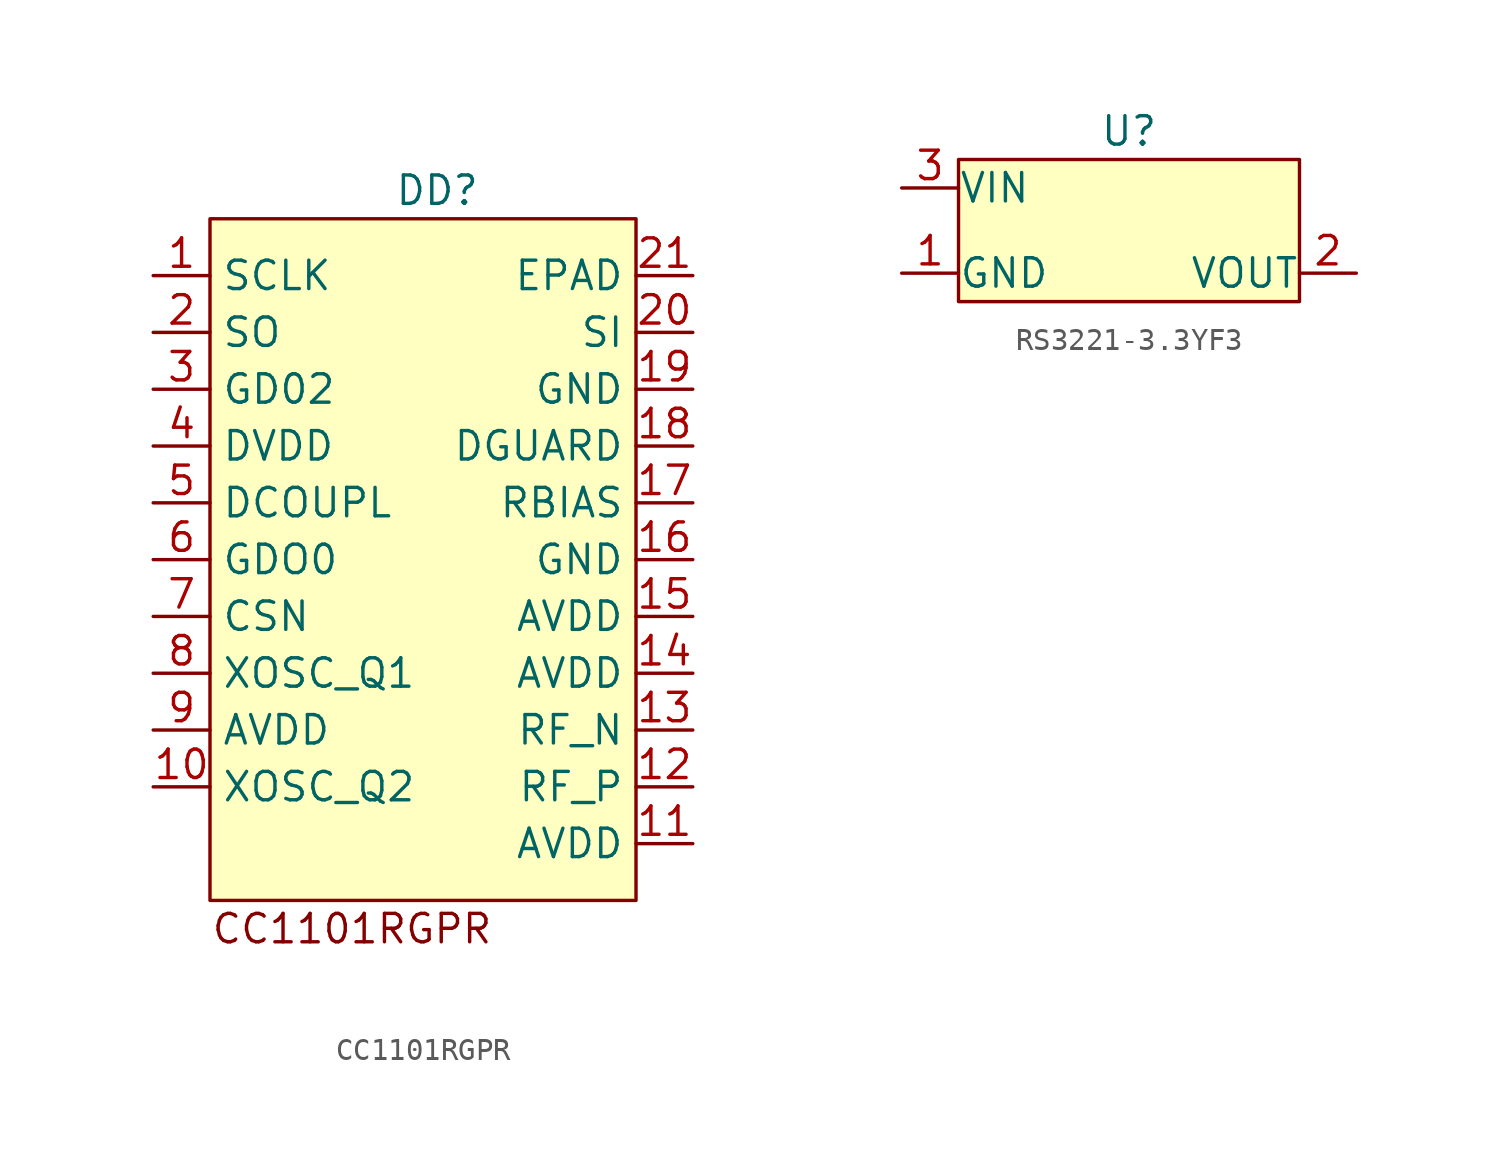
<source format=kicad_sym>
(kicad_symbol_lib
  (version 20220914)
  (generator kicad_symbol_editor)
  (symbol "CC1101RGPR"
    (property "Reference" "DD"
      (at 0 12.7 0)
      (effects (font (size 1.27 1.27))))
    (property "Value" ""
      (at -1.27 0 0)
      (effects (font (size 1.27 1.27))))
    (symbol "CC1101RGPR_1_1"
      (rectangle (start -10.16 11.43) (end 8.89 -19.05) (stroke (width 0) (type default)) (fill (type background)))
      (text "CC1101RGPR" (at -3.81 -20.32 0) (effects (font (size 1.27 1.27))))
      (pin input line (at -12.7 8.89 0) (length 2.54) (name "SCLK" (effects (font (size 1.27 1.27)))) (number "1" (effects (font (size 1.27 1.27)))))
      (pin bidirectional line (at -12.7 -13.97 0) (length 2.54) (name "XOSC_Q2" (effects (font (size 1.27 1.27)))) (number "10" (effects (font (size 1.27 1.27)))))
      (pin bidirectional line (at 11.43 -16.51 180) (length 2.54) (name "AVDD" (effects (font (size 1.27 1.27)))) (number "11" (effects (font (size 1.27 1.27)))))
      (pin bidirectional line (at 11.43 -13.97 180) (length 2.54) (name "RF_P" (effects (font (size 1.27 1.27)))) (number "12" (effects (font (size 1.27 1.27)))))
      (pin bidirectional line (at 11.43 -11.43 180) (length 2.54) (name "RF_N" (effects (font (size 1.27 1.27)))) (number "13" (effects (font (size 1.27 1.27)))))
      (pin bidirectional line (at 11.43 -8.89 180) (length 2.54) (name "AVDD" (effects (font (size 1.27 1.27)))) (number "14" (effects (font (size 1.27 1.27)))))
      (pin bidirectional line (at 11.43 -6.35 180) (length 2.54) (name "AVDD" (effects (font (size 1.27 1.27)))) (number "15" (effects (font (size 1.27 1.27)))))
      (pin bidirectional line (at 11.43 -3.81 180) (length 2.54) (name "GND" (effects (font (size 1.27 1.27)))) (number "16" (effects (font (size 1.27 1.27)))))
      (pin bidirectional line (at 11.43 -1.27 180) (length 2.54) (name "RBIAS" (effects (font (size 1.27 1.27)))) (number "17" (effects (font (size 1.27 1.27)))))
      (pin bidirectional line (at 11.43 1.27 180) (length 2.54) (name "DGUARD" (effects (font (size 1.27 1.27)))) (number "18" (effects (font (size 1.27 1.27)))))
      (pin bidirectional line (at 11.43 3.81 180) (length 2.54) (name "GND" (effects (font (size 1.27 1.27)))) (number "19" (effects (font (size 1.27 1.27)))))
      (pin output line (at -12.7 6.35 0) (length 2.54) (name "SO" (effects (font (size 1.27 1.27)))) (number "2" (effects (font (size 1.27 1.27)))))
      (pin bidirectional line (at 11.43 6.35 180) (length 2.54) (name "SI" (effects (font (size 1.27 1.27)))) (number "20" (effects (font (size 1.27 1.27)))))
      (pin bidirectional line (at 11.43 8.89 180) (length 2.54) (name "EPAD" (effects (font (size 1.27 1.27)))) (number "21" (effects (font (size 1.27 1.27)))))
      (pin bidirectional line (at -12.7 3.81 0) (length 2.54) (name "GD02" (effects (font (size 1.27 1.27)))) (number "3" (effects (font (size 1.27 1.27)))))
      (pin bidirectional line (at -12.7 1.27 0) (length 2.54) (name "DVDD" (effects (font (size 1.27 1.27)))) (number "4" (effects (font (size 1.27 1.27)))))
      (pin bidirectional line (at -12.7 -1.27 0) (length 2.54) (name "DCOUPL" (effects (font (size 1.27 1.27)))) (number "5" (effects (font (size 1.27 1.27)))))
      (pin bidirectional line (at -12.7 -3.81 0) (length 2.54) (name "GDO0" (effects (font (size 1.27 1.27)))) (number "6" (effects (font (size 1.27 1.27)))))
      (pin bidirectional line (at -12.7 -6.35 0) (length 2.54) (name "CSN" (effects (font (size 1.27 1.27)))) (number "7" (effects (font (size 1.27 1.27)))))
      (pin bidirectional line (at -12.7 -8.89 0) (length 2.54) (name "XOSC_Q1" (effects (font (size 1.27 1.27)))) (number "8" (effects (font (size 1.27 1.27)))))
      (pin bidirectional line (at -12.7 -11.43 0) (length 2.54) (name "AVDD" (effects (font (size 1.27 1.27)))) (number "9" (effects (font (size 1.27 1.27)))))))
  (symbol "RS3221-3.3YF3"
    (pin_names
      (offset 0.0001))
    (property "Reference" "U"
      (at 0 0 0)
      (effects (font (size 1.27 1.27))))
    (property "Value" ""
      (at 0 0 0)
      (effects (font (size 1.27 1.27))))
    (symbol "RS3221-3.3YF3_1_1"
      (rectangle (start -7.62 -1.27) (end 7.62 -7.62) (stroke (width 0) (type default)) (fill (type background)))
      (pin output line (at -10.16 -6.35 0) (length 2.54) (name "GND" (effects (font (size 1.27 1.27)))) (number "1" (effects (font (size 1.27 1.27)))))
      (pin output line (at 10.16 -6.35 180) (length 2.54) (name "VOUT" (effects (font (size 1.27 1.27)))) (number "2" (effects (font (size 1.27 1.27)))))
      (pin input line (at -10.16 -2.54 0) (length 2.54) (name "VIN" (effects (font (size 1.27 1.27)))) (number "3" (effects (font (size 1.27 1.27))))))))
</source>
